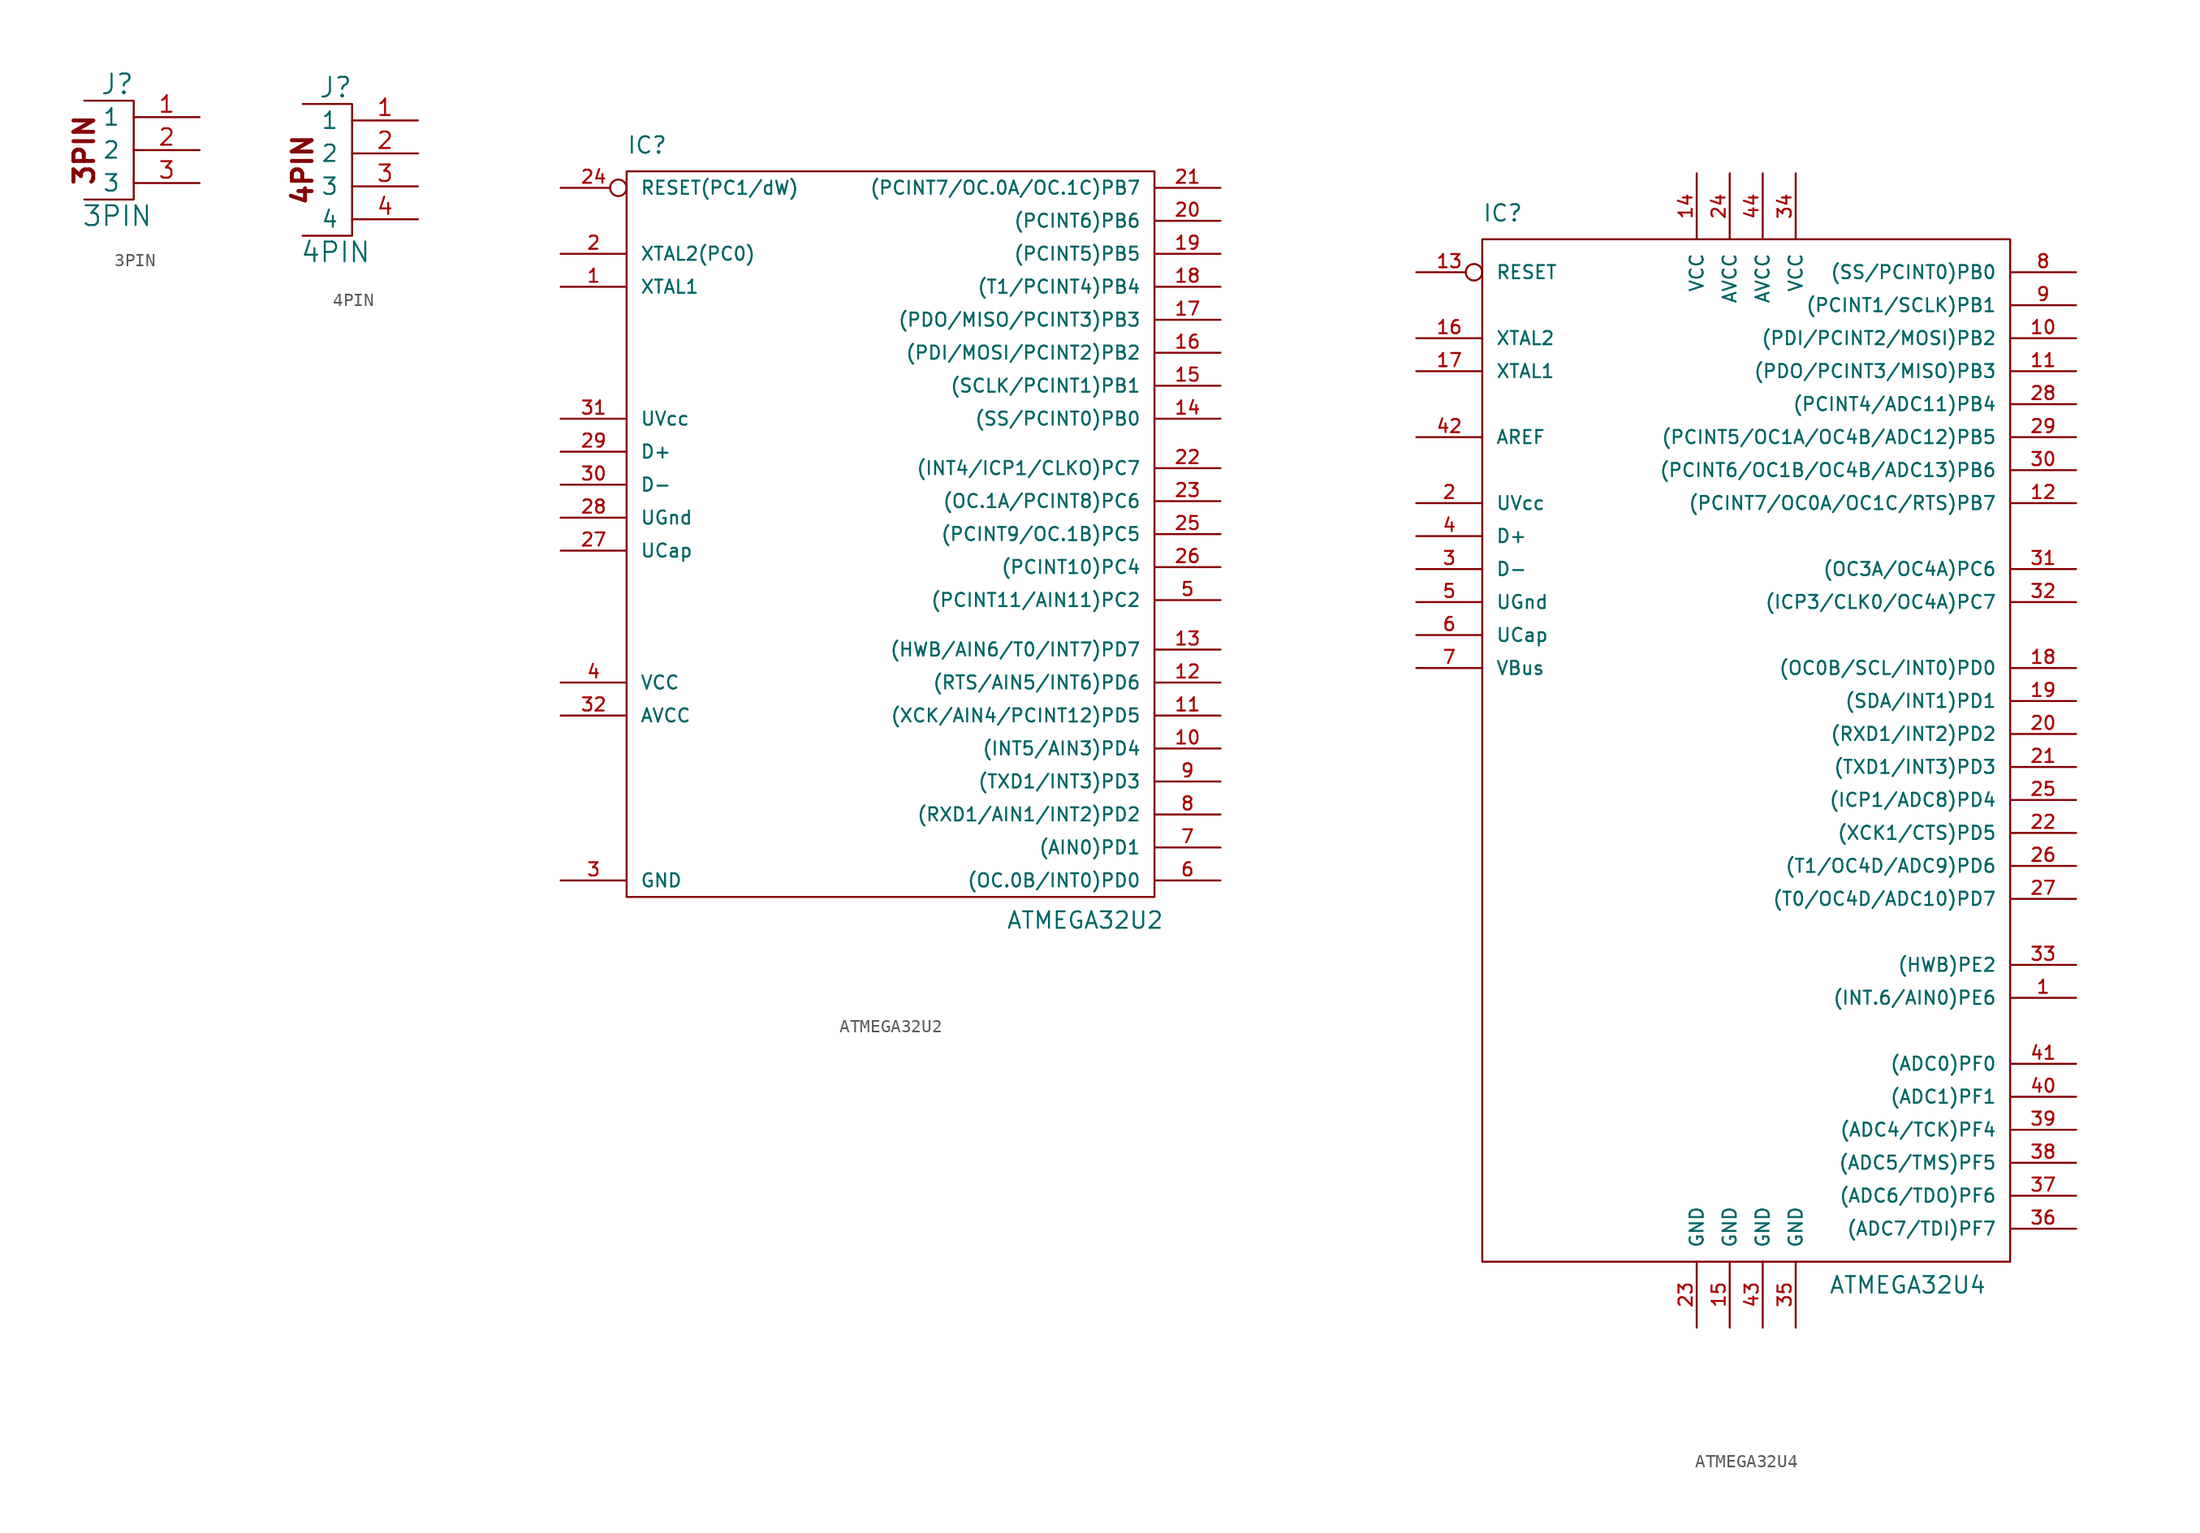
<source format=kicad_sym>
(kicad_symbol_lib
  (version 20220914)
  (generator kicad_symbol_editor)
  (symbol "3PIN"
    (pin_names
      (offset 1.016))
    (property "Reference" "J"
      (at -1.27 5.08 0)
      (effects (font (size 1.524 1.524))))
    (property "Value" "3PIN"
      (at -1.27 -5.08 0)
      (effects (font (size 1.524 1.524))))
    (symbol "3PIN_0_0"
      (text "3PIN" (at -3.81 0 900) (effects (font (size 1.524 1.524) bold))))
    (symbol "3PIN_0_1"
      (polyline (pts (xy -3.81 3.81) (xy 0 3.81) (xy 0 -3.81) (xy -3.81 -3.81)) (stroke (width 0) (type solid)) (fill (type none))))
    (symbol "3PIN_1_1"
      (pin input line (at 5.08 2.54 180) (length 5.08) (name "1" (effects (font (size 1.27 1.27)))) (number "1" (effects (font (size 1.27 1.27)))))
      (pin power_in line (at 5.08 0 180) (length 5.08) (name "2" (effects (font (size 1.27 1.27)))) (number "2" (effects (font (size 1.27 1.27)))))
      (pin output line (at 5.08 -2.54 180) (length 5.08) (name "3" (effects (font (size 1.27 1.27)))) (number "3" (effects (font (size 1.27 1.27)))))))
  (symbol "4PIN"
    (pin_names
      (offset 1.016))
    (property "Reference" "J"
      (at -1.27 6.35 0)
      (effects (font (size 1.524 1.524))))
    (property "Value" "4PIN"
      (at -1.27 -6.35 0)
      (effects (font (size 1.524 1.524))))
    (symbol "4PIN_0_0"
      (polyline (pts (xy -3.81 5.08) (xy 0 5.08) (xy 0 -5.08) (xy -3.81 -5.08)) (stroke (width 0) (type solid)) (fill (type none)))
      (text "4PIN" (at -3.81 0 900) (effects (font (size 1.524 1.524) bold))))
    (symbol "4PIN_1_1"
      (pin input line (at 5.08 3.81 180) (length 5.08) (name "1" (effects (font (size 1.27 1.27)))) (number "1" (effects (font (size 1.27 1.27)))))
      (pin power_in line (at 5.08 1.27 180) (length 5.08) (name "2" (effects (font (size 1.27 1.27)))) (number "2" (effects (font (size 1.27 1.27)))))
      (pin output line (at 5.08 -1.27 180) (length 5.08) (name "3" (effects (font (size 1.27 1.27)))) (number "3" (effects (font (size 1.27 1.27)))))
      (pin power_in line (at 5.08 -3.81 180) (length 5.08) (name "4" (effects (font (size 1.27 1.27)))) (number "4" (effects (font (size 1.27 1.27)))))))
  (symbol "ATMEGA32U2"
    (pin_names
      (offset 1.016))
    (property "Reference" "IC"
      (at -20.32 30.48 0)
      (effects (font (size 1.27 1.27)) (justify left bottom)))
    (property "Value" "ATMEGA32U2"
      (at 8.89 -29.21 0)
      (effects (font (size 1.27 1.27)) (justify left bottom)))
    (symbol "ATMEGA32U2_0_1"
      (rectangle (start -20.32 29.21) (end 20.32 -26.67) (stroke (width 0) (type solid)) (fill (type none))))
    (symbol "ATMEGA32U2_1_1"
      (pin bidirectional line (at -25.4 20.32 0) (length 5.08) (name "XTAL1" (effects (font (size 1.016 1.016)))) (number "1" (effects (font (size 1.016 1.016)))))
      (pin bidirectional line (at 25.4 -15.24 180) (length 5.08) (name "(INT5/AIN3)PD4" (effects (font (size 1.016 1.016)))) (number "10" (effects (font (size 1.016 1.016)))))
      (pin bidirectional line (at 25.4 -12.7 180) (length 5.08) (name "(XCK/AIN4/PCINT12)PD5" (effects (font (size 1.016 1.016)))) (number "11" (effects (font (size 1.016 1.016)))))
      (pin bidirectional line (at 25.4 -10.16 180) (length 5.08) (name "(RTS/AIN5/INT6)PD6" (effects (font (size 1.016 1.016)))) (number "12" (effects (font (size 1.016 1.016)))))
      (pin bidirectional line (at 25.4 -7.62 180) (length 5.08) (name "(HWB/AIN6/T0/INT7)PD7" (effects (font (size 1.016 1.016)))) (number "13" (effects (font (size 1.016 1.016)))))
      (pin bidirectional line (at 25.4 10.16 180) (length 5.08) (name "(SS/PCINT0)PB0" (effects (font (size 1.016 1.016)))) (number "14" (effects (font (size 1.016 1.016)))))
      (pin bidirectional line (at 25.4 12.7 180) (length 5.08) (name "(SCLK/PCINT1)PB1" (effects (font (size 1.016 1.016)))) (number "15" (effects (font (size 1.016 1.016)))))
      (pin bidirectional line (at 25.4 15.24 180) (length 5.08) (name "(PDI/MOSI/PCINT2)PB2" (effects (font (size 1.016 1.016)))) (number "16" (effects (font (size 1.016 1.016)))))
      (pin bidirectional line (at 25.4 17.78 180) (length 5.08) (name "(PDO/MISO/PCINT3)PB3" (effects (font (size 1.016 1.016)))) (number "17" (effects (font (size 1.016 1.016)))))
      (pin bidirectional line (at 25.4 20.32 180) (length 5.08) (name "(T1/PCINT4)PB4" (effects (font (size 1.016 1.016)))) (number "18" (effects (font (size 1.016 1.016)))))
      (pin bidirectional line (at 25.4 22.86 180) (length 5.08) (name "(PCINT5)PB5" (effects (font (size 1.016 1.016)))) (number "19" (effects (font (size 1.016 1.016)))))
      (pin bidirectional line (at -25.4 22.86 0) (length 5.08) (name "XTAL2(PC0)" (effects (font (size 1.016 1.016)))) (number "2" (effects (font (size 1.016 1.016)))))
      (pin bidirectional line (at 25.4 25.4 180) (length 5.08) (name "(PCINT6)PB6" (effects (font (size 1.016 1.016)))) (number "20" (effects (font (size 1.016 1.016)))))
      (pin bidirectional line (at 25.4 27.94 180) (length 5.08) (name "(PCINT7/OC.0A/OC.1C)PB7" (effects (font (size 1.016 1.016)))) (number "21" (effects (font (size 1.016 1.016)))))
      (pin bidirectional line (at 25.4 6.35 180) (length 5.08) (name "(INT4/ICP1/CLKO)PC7" (effects (font (size 1.016 1.016)))) (number "22" (effects (font (size 1.016 1.016)))))
      (pin bidirectional line (at 25.4 3.81 180) (length 5.08) (name "(OC.1A/PCINT8)PC6" (effects (font (size 1.016 1.016)))) (number "23" (effects (font (size 1.016 1.016)))))
      (pin input inverted (at -25.4 27.94 0) (length 5.08) (name "RESET(PC1/dW)" (effects (font (size 1.016 1.016)))) (number "24" (effects (font (size 1.016 1.016)))))
      (pin bidirectional line (at 25.4 1.27 180) (length 5.08) (name "(PCINT9/OC.1B)PC5" (effects (font (size 1.016 1.016)))) (number "25" (effects (font (size 1.016 1.016)))))
      (pin bidirectional line (at 25.4 -1.27 180) (length 5.08) (name "(PCINT10)PC4" (effects (font (size 1.016 1.016)))) (number "26" (effects (font (size 1.016 1.016)))))
      (pin power_in line (at -25.4 0 0) (length 5.08) (name "UCap" (effects (font (size 1.016 1.016)))) (number "27" (effects (font (size 1.016 1.016)))))
      (pin power_in line (at -25.4 2.54 0) (length 5.08) (name "UGnd" (effects (font (size 1.016 1.016)))) (number "28" (effects (font (size 1.016 1.016)))))
      (pin bidirectional line (at -25.4 7.62 0) (length 5.08) (name "D+" (effects (font (size 1.016 1.016)))) (number "29" (effects (font (size 1.016 1.016)))))
      (pin power_in line (at -25.4 -25.4 0) (length 5.08) (name "GND" (effects (font (size 1.016 1.016)))) (number "3" (effects (font (size 1.016 1.016)))))
      (pin bidirectional line (at -25.4 5.08 0) (length 5.08) (name "D-" (effects (font (size 1.016 1.016)))) (number "30" (effects (font (size 1.016 1.016)))))
      (pin power_in line (at -25.4 10.16 0) (length 5.08) (name "UVcc" (effects (font (size 1.016 1.016)))) (number "31" (effects (font (size 1.016 1.016)))))
      (pin power_in line (at -25.4 -12.7 0) (length 5.08) (name "AVCC" (effects (font (size 1.016 1.016)))) (number "32" (effects (font (size 1.016 1.016)))))
      (pin power_in line (at -25.4 -10.16 0) (length 5.08) (name "VCC" (effects (font (size 1.016 1.016)))) (number "4" (effects (font (size 1.016 1.016)))))
      (pin bidirectional line (at 25.4 -3.81 180) (length 5.08) (name "(PCINT11/AIN11)PC2" (effects (font (size 1.016 1.016)))) (number "5" (effects (font (size 1.016 1.016)))))
      (pin bidirectional line (at 25.4 -25.4 180) (length 5.08) (name "(OC.0B/INT0)PD0" (effects (font (size 1.016 1.016)))) (number "6" (effects (font (size 1.016 1.016)))))
      (pin bidirectional line (at 25.4 -22.86 180) (length 5.08) (name "(AIN0)PD1" (effects (font (size 1.016 1.016)))) (number "7" (effects (font (size 1.016 1.016)))))
      (pin bidirectional line (at 25.4 -20.32 180) (length 5.08) (name "(RXD1/AIN1/INT2)PD2" (effects (font (size 1.016 1.016)))) (number "8" (effects (font (size 1.016 1.016)))))
      (pin bidirectional line (at 25.4 -17.78 180) (length 5.08) (name "(TXD1/INT3)PD3" (effects (font (size 1.016 1.016)))) (number "9" (effects (font (size 1.016 1.016)))))))
  (symbol "ATMEGA32U4"
    (pin_names
      (offset 1.016))
    (property "Reference" "IC"
      (at -20.32 40.64 0)
      (effects (font (size 1.27 1.27)) (justify left bottom)))
    (property "Value" "ATMEGA32U4"
      (at 6.35 -41.91 0)
      (effects (font (size 1.27 1.27)) (justify left bottom)))
    (symbol "ATMEGA32U4_0_1"
      (rectangle (start -20.32 39.37) (end 20.32 -39.37) (stroke (width 0) (type solid)) (fill (type none))))
    (symbol "ATMEGA32U4_1_1"
      (pin bidirectional line (at 25.4 -19.05 180) (length 5.08) (name "(INT.6/AIN0)PE6" (effects (font (size 1.016 1.016)))) (number "1" (effects (font (size 1.016 1.016)))))
      (pin bidirectional line (at 25.4 31.75 180) (length 5.08) (name "(PDI/PCINT2/MOSI)PB2" (effects (font (size 1.016 1.016)))) (number "10" (effects (font (size 1.016 1.016)))))
      (pin bidirectional line (at 25.4 29.21 180) (length 5.08) (name "(PDO/PCINT3/MISO)PB3" (effects (font (size 1.016 1.016)))) (number "11" (effects (font (size 1.016 1.016)))))
      (pin bidirectional line (at 25.4 19.05 180) (length 5.08) (name "(PCINT7/OC0A/OC1C/RTS)PB7" (effects (font (size 1.016 1.016)))) (number "12" (effects (font (size 1.016 1.016)))))
      (pin input inverted (at -25.4 36.83 0) (length 5.08) (name "RESET" (effects (font (size 1.016 1.016)))) (number "13" (effects (font (size 1.016 1.016)))))
      (pin power_in line (at -3.81 44.45 270) (length 5.08) (name "VCC" (effects (font (size 1.016 1.016)))) (number "14" (effects (font (size 1.016 1.016)))))
      (pin power_in line (at -1.27 -44.45 90) (length 5.08) (name "GND" (effects (font (size 1.016 1.016)))) (number "15" (effects (font (size 1.016 1.016)))))
      (pin bidirectional line (at -25.4 31.75 0) (length 5.08) (name "XTAL2" (effects (font (size 1.016 1.016)))) (number "16" (effects (font (size 1.016 1.016)))))
      (pin bidirectional line (at -25.4 29.21 0) (length 5.08) (name "XTAL1" (effects (font (size 1.016 1.016)))) (number "17" (effects (font (size 1.016 1.016)))))
      (pin bidirectional line (at 25.4 6.35 180) (length 5.08) (name "(OC0B/SCL/INT0)PD0" (effects (font (size 1.016 1.016)))) (number "18" (effects (font (size 1.016 1.016)))))
      (pin bidirectional line (at 25.4 3.81 180) (length 5.08) (name "(SDA/INT1)PD1" (effects (font (size 1.016 1.016)))) (number "19" (effects (font (size 1.016 1.016)))))
      (pin power_in line (at -25.4 19.05 0) (length 5.08) (name "UVcc" (effects (font (size 1.016 1.016)))) (number "2" (effects (font (size 1.016 1.016)))))
      (pin bidirectional line (at 25.4 1.27 180) (length 5.08) (name "(RXD1/INT2)PD2" (effects (font (size 1.016 1.016)))) (number "20" (effects (font (size 1.016 1.016)))))
      (pin bidirectional line (at 25.4 -1.27 180) (length 5.08) (name "(TXD1/INT3)PD3" (effects (font (size 1.016 1.016)))) (number "21" (effects (font (size 1.016 1.016)))))
      (pin bidirectional line (at 25.4 -6.35 180) (length 5.08) (name "(XCK1/CTS)PD5" (effects (font (size 1.016 1.016)))) (number "22" (effects (font (size 1.016 1.016)))))
      (pin power_in line (at -3.81 -44.45 90) (length 5.08) (name "GND" (effects (font (size 1.016 1.016)))) (number "23" (effects (font (size 1.016 1.016)))))
      (pin power_in line (at -1.27 44.45 270) (length 5.08) (name "AVCC" (effects (font (size 1.016 1.016)))) (number "24" (effects (font (size 1.016 1.016)))))
      (pin bidirectional line (at 25.4 -3.81 180) (length 5.08) (name "(ICP1/ADC8)PD4" (effects (font (size 1.016 1.016)))) (number "25" (effects (font (size 1.016 1.016)))))
      (pin bidirectional line (at 25.4 -8.89 180) (length 5.08) (name "(T1/OC4D/ADC9)PD6" (effects (font (size 1.016 1.016)))) (number "26" (effects (font (size 1.016 1.016)))))
      (pin bidirectional line (at 25.4 -11.43 180) (length 5.08) (name "(T0/OC4D/ADC10)PD7" (effects (font (size 1.016 1.016)))) (number "27" (effects (font (size 1.016 1.016)))))
      (pin bidirectional line (at 25.4 26.67 180) (length 5.08) (name "(PCINT4/ADC11)PB4" (effects (font (size 1.016 1.016)))) (number "28" (effects (font (size 1.016 1.016)))))
      (pin bidirectional line (at 25.4 24.13 180) (length 5.08) (name "(PCINT5/OC1A/OC4B/ADC12)PB5" (effects (font (size 1.016 1.016)))) (number "29" (effects (font (size 1.016 1.016)))))
      (pin bidirectional line (at -25.4 13.97 0) (length 5.08) (name "D-" (effects (font (size 1.016 1.016)))) (number "3" (effects (font (size 1.016 1.016)))))
      (pin bidirectional line (at 25.4 21.59 180) (length 5.08) (name "(PCINT6/OC1B/OC4B/ADC13)PB6" (effects (font (size 1.016 1.016)))) (number "30" (effects (font (size 1.016 1.016)))))
      (pin bidirectional line (at 25.4 13.97 180) (length 5.08) (name "(OC3A/OC4A)PC6" (effects (font (size 1.016 1.016)))) (number "31" (effects (font (size 1.016 1.016)))))
      (pin bidirectional line (at 25.4 11.43 180) (length 5.08) (name "(ICP3/CLK0/OC4A)PC7" (effects (font (size 1.016 1.016)))) (number "32" (effects (font (size 1.016 1.016)))))
      (pin bidirectional line (at 25.4 -16.51 180) (length 5.08) (name "(HWB)PE2" (effects (font (size 1.016 1.016)))) (number "33" (effects (font (size 1.016 1.016)))))
      (pin power_in line (at 3.81 44.45 270) (length 5.08) (name "VCC" (effects (font (size 1.016 1.016)))) (number "34" (effects (font (size 1.016 1.016)))))
      (pin power_in line (at 3.81 -44.45 90) (length 5.08) (name "GND" (effects (font (size 1.016 1.016)))) (number "35" (effects (font (size 1.016 1.016)))))
      (pin bidirectional line (at 25.4 -36.83 180) (length 5.08) (name "(ADC7/TDI)PF7" (effects (font (size 1.016 1.016)))) (number "36" (effects (font (size 1.016 1.016)))))
      (pin bidirectional line (at 25.4 -34.29 180) (length 5.08) (name "(ADC6/TDO)PF6" (effects (font (size 1.016 1.016)))) (number "37" (effects (font (size 1.016 1.016)))))
      (pin bidirectional line (at 25.4 -31.75 180) (length 5.08) (name "(ADC5/TMS)PF5" (effects (font (size 1.016 1.016)))) (number "38" (effects (font (size 1.016 1.016)))))
      (pin bidirectional line (at 25.4 -29.21 180) (length 5.08) (name "(ADC4/TCK)PF4" (effects (font (size 1.016 1.016)))) (number "39" (effects (font (size 1.016 1.016)))))
      (pin bidirectional line (at -25.4 16.51 0) (length 5.08) (name "D+" (effects (font (size 1.016 1.016)))) (number "4" (effects (font (size 1.016 1.016)))))
      (pin bidirectional line (at 25.4 -26.67 180) (length 5.08) (name "(ADC1)PF1" (effects (font (size 1.016 1.016)))) (number "40" (effects (font (size 1.016 1.016)))))
      (pin bidirectional line (at 25.4 -24.13 180) (length 5.08) (name "(ADC0)PF0" (effects (font (size 1.016 1.016)))) (number "41" (effects (font (size 1.016 1.016)))))
      (pin power_in line (at -25.4 24.13 0) (length 5.08) (name "AREF" (effects (font (size 1.016 1.016)))) (number "42" (effects (font (size 1.016 1.016)))))
      (pin power_in line (at 1.27 -44.45 90) (length 5.08) (name "GND" (effects (font (size 1.016 1.016)))) (number "43" (effects (font (size 1.016 1.016)))))
      (pin power_in line (at 1.27 44.45 270) (length 5.08) (name "AVCC" (effects (font (size 1.016 1.016)))) (number "44" (effects (font (size 1.016 1.016)))))
      (pin power_in line (at -25.4 11.43 0) (length 5.08) (name "UGnd" (effects (font (size 1.016 1.016)))) (number "5" (effects (font (size 1.016 1.016)))))
      (pin power_in line (at -25.4 8.89 0) (length 5.08) (name "UCap" (effects (font (size 1.016 1.016)))) (number "6" (effects (font (size 1.016 1.016)))))
      (pin bidirectional line (at -25.4 6.35 0) (length 5.08) (name "VBus" (effects (font (size 1.016 1.016)))) (number "7" (effects (font (size 1.016 1.016)))))
      (pin bidirectional line (at 25.4 36.83 180) (length 5.08) (name "(SS/PCINT0)PB0" (effects (font (size 1.016 1.016)))) (number "8" (effects (font (size 1.016 1.016)))))
      (pin bidirectional line (at 25.4 34.29 180) (length 5.08) (name "(PCINT1/SCLK)PB1" (effects (font (size 1.016 1.016)))) (number "9" (effects (font (size 1.016 1.016))))))))
</source>
